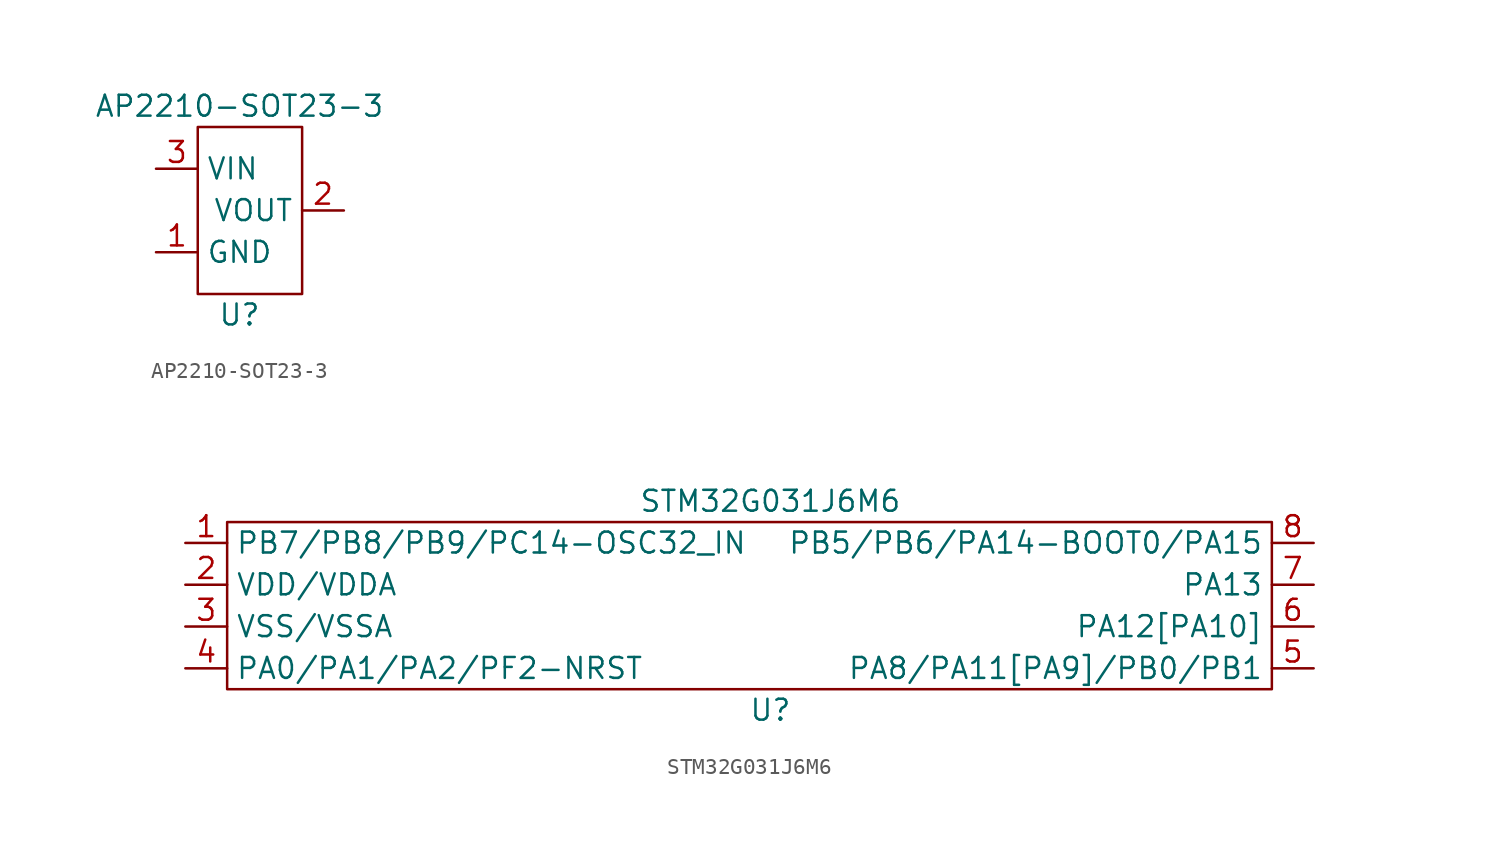
<source format=kicad_sym>
(kicad_symbol_lib
  (version 20211014)
  (generator kicad_symbol_editor)
  (symbol "AP2210-SOT23-3"
    (property "Reference" "U"
      (at 0 -6.35 0)
      (effects (font (size 1.27 1.27))))
    (property "Value" "AP2210-SOT23-3"
      (at 0 6.35 0)
      (effects (font (size 1.27 1.27))))
    (symbol "AP2210-SOT23-3_0_1"
      (rectangle (start -2.54 5.08) (end 3.81 -5.08) (stroke (width 0) (type default) (color 0 0 0 0)) (fill (type none))))
    (symbol "AP2210-SOT23-3_1_1"
      (pin power_in line (at -5.08 -2.54 0) (length 2.54) (name "GND" (effects (font (size 1.27 1.27)))) (number "1" (effects (font (size 1.27 1.27)))))
      (pin power_out line (at 6.35 0 180) (length 2.54) (name "VOUT" (effects (font (size 1.27 1.27)))) (number "2" (effects (font (size 1.27 1.27)))))
      (pin power_in line (at -5.08 2.54 0) (length 2.54) (name "VIN" (effects (font (size 1.27 1.27)))) (number "3" (effects (font (size 1.27 1.27)))))))
  (symbol "STM32G031J6M6"
    (property "Reference" "U"
      (at 0 -6.35 0)
      (effects (font (size 1.27 1.27))))
    (property "Value" "STM32G031J6M6"
      (at 0 6.35 0)
      (effects (font (size 1.27 1.27))))
    (symbol "STM32G031J6M6_0_1"
      (rectangle (start -33.02 5.08) (end 30.48 -5.08) (stroke (width 0) (type default) (color 0 0 0 0)) (fill (type none))))
    (symbol "STM32G031J6M6_1_1"
      (pin bidirectional line (at -35.56 3.81 0) (length 2.54) (name "PB7/PB8/PB9/PC14-OSC32_IN" (effects (font (size 1.27 1.27)))) (number "1" (effects (font (size 1.27 1.27)))))
      (pin power_in line (at -35.56 1.27 0) (length 2.54) (name "VDD/VDDA" (effects (font (size 1.27 1.27)))) (number "2" (effects (font (size 1.27 1.27)))))
      (pin power_in line (at -35.56 -1.27 0) (length 2.54) (name "VSS/VSSA" (effects (font (size 1.27 1.27)))) (number "3" (effects (font (size 1.27 1.27)))))
      (pin bidirectional line (at -35.56 -3.81 0) (length 2.54) (name "PA0/PA1/PA2/PF2-NRST" (effects (font (size 1.27 1.27)))) (number "4" (effects (font (size 1.27 1.27)))))
      (pin bidirectional line (at 33.02 -3.81 180) (length 2.54) (name "PA8/PA11[PA9]/PB0/PB1" (effects (font (size 1.27 1.27)))) (number "5" (effects (font (size 1.27 1.27)))))
      (pin bidirectional line (at 33.02 -1.27 180) (length 2.54) (name "PA12[PA10]" (effects (font (size 1.27 1.27)))) (number "6" (effects (font (size 1.27 1.27)))))
      (pin bidirectional line (at 33.02 1.27 180) (length 2.54) (name "PA13" (effects (font (size 1.27 1.27)))) (number "7" (effects (font (size 1.27 1.27)))))
      (pin bidirectional line (at 33.02 3.81 180) (length 2.54) (name "PB5/PB6/PA14-BOOT0/PA15" (effects (font (size 1.27 1.27)))) (number "8" (effects (font (size 1.27 1.27))))))))
</source>
